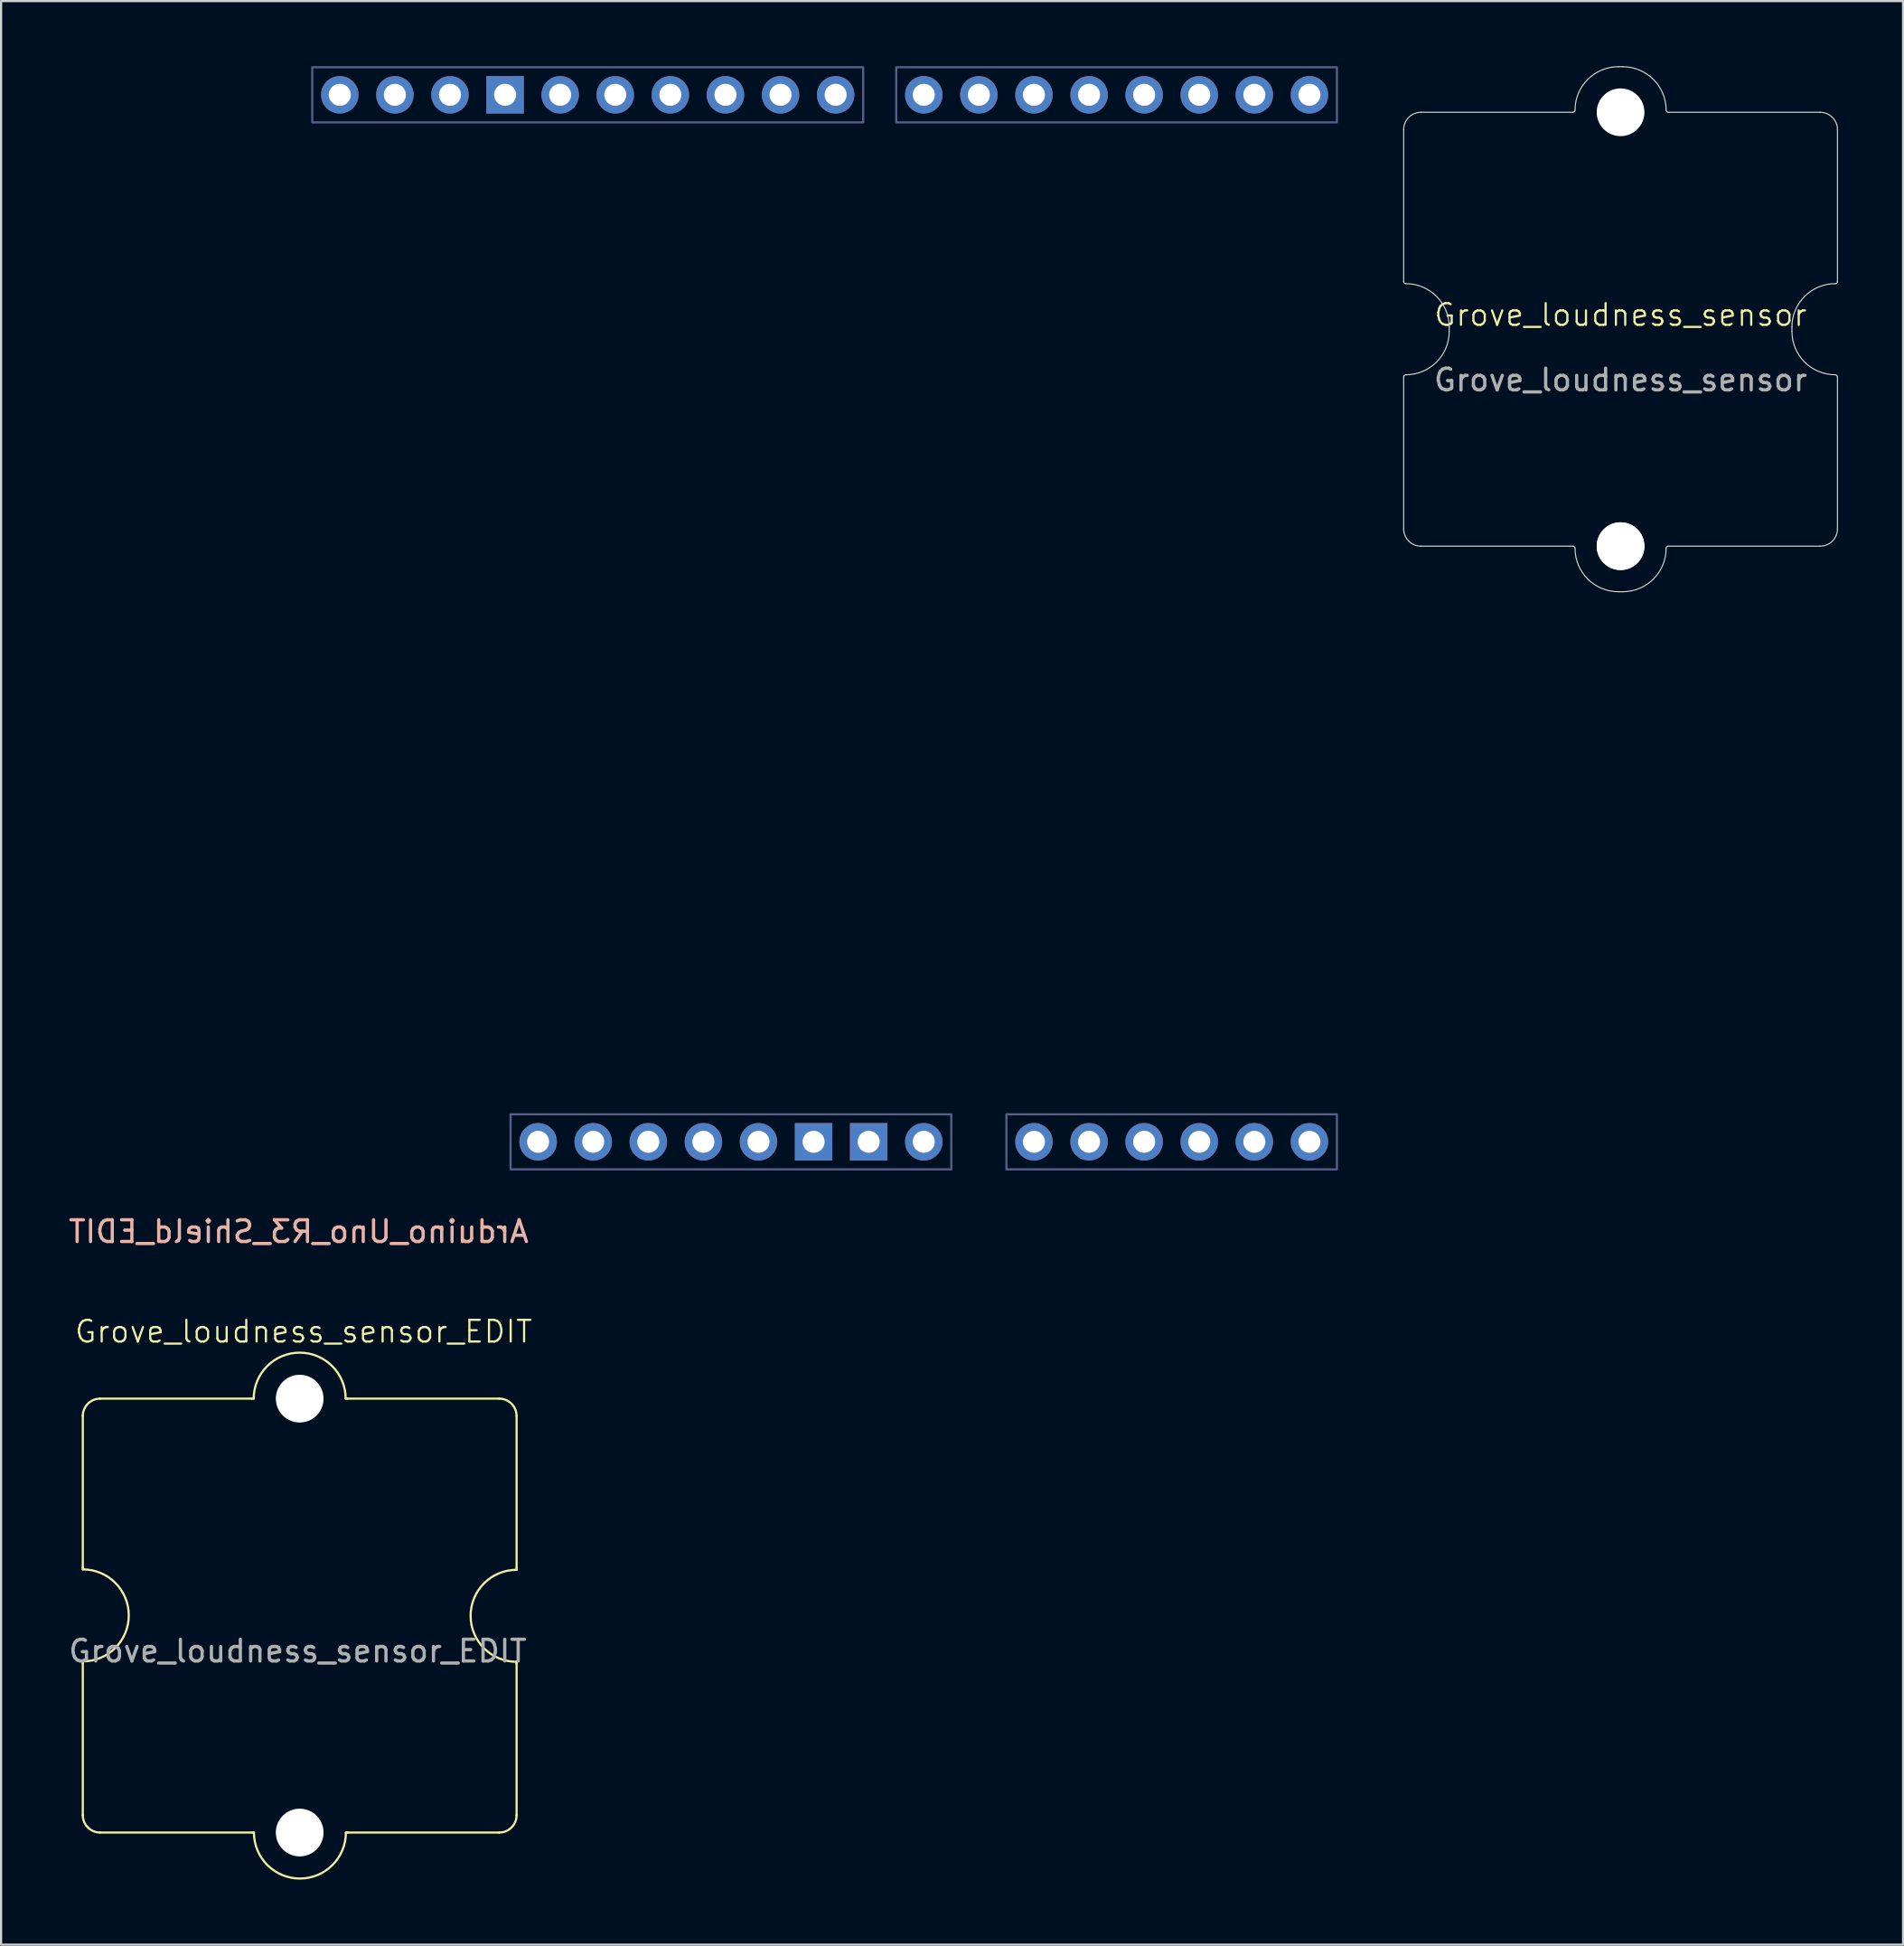
<source format=kicad_pcb>
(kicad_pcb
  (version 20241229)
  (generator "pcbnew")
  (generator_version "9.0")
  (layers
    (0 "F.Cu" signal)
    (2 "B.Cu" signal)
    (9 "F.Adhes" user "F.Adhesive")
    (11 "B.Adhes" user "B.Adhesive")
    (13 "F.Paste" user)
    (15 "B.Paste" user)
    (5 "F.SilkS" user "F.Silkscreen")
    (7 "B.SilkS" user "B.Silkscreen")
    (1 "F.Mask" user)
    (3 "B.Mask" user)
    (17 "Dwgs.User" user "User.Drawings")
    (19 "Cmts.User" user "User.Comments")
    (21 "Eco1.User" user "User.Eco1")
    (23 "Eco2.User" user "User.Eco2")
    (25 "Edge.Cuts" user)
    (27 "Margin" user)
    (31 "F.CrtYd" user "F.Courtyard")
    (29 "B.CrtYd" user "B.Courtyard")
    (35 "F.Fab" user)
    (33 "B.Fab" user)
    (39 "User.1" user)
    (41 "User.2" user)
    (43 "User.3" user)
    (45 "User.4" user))
  (footprint "Grove_loudness_sensor"
    (layer "F.Cu")
    (at 71.665 11.965)
    (property "Reference" "Grove_loudness_sensor" (at 0 -0.5 0) (unlocked yes) (layer "F.SilkS") (effects (font (size 1 1) (thickness 0.1))))
    (attr smd)
    (fp_line (start -10 -9.04) (end -10 -2.04) (stroke (width 0.05) (type solid)) (layer "Edge.Cuts"))
    (fp_line (start -10 9.36) (end -10 2.36) (stroke (width 0.05) (type solid)) (layer "Edge.Cuts"))
    (fp_line (start -7.9 0.06) (end -7.9 0.26) (stroke (width 0.05) (type solid)) (layer "Edge.Cuts"))
    (fp_line (start -2.2 -9.84) (end -9.2 -9.84) (stroke (width 0.05) (type solid)) (layer "Edge.Cuts"))
    (fp_line (start -2.2 10.16) (end -9.2 10.16) (stroke (width 0.05) (type solid)) (layer "Edge.Cuts"))
    (fp_line (start -0.1 12.26) (end 0.1 12.26) (stroke (width 0.05) (type solid)) (layer "Edge.Cuts"))
    (fp_line (start 0.1 -11.94) (end -0.1 -11.94) (stroke (width 0.05) (type solid)) (layer "Edge.Cuts"))
    (fp_line (start 2.2 10.16) (end 9.2 10.16) (stroke (width 0.05) (type solid)) (layer "Edge.Cuts"))
    (fp_line (start 7.9 0.26) (end 7.9 0.06) (stroke (width 0.05) (type solid)) (layer "Edge.Cuts"))
    (fp_line (start 9.2 -9.84) (end 2.2 -9.84) (stroke (width 0.05) (type solid)) (layer "Edge.Cuts"))
    (fp_line (start 10 -2.04) (end 10 -9.04) (stroke (width 0.05) (type solid)) (layer "Edge.Cuts"))
    (fp_line (start 10 9.36) (end 10 2.36) (stroke (width 0.05) (type solid)) (layer "Edge.Cuts"))
    (fp_arc (start -10 -9.04) (mid -9.765685 -9.605685) (end -9.2 -9.84) (stroke (width 0.05) (type solid)) (layer "Edge.Cuts"))
    (fp_arc (start -10 2.36) (mid -9.970711 2.289289) (end -9.9 2.26) (stroke (width 0.05) (type solid)) (layer "Edge.Cuts"))
    (fp_arc (start -9.9 -1.94) (mid -9.970711 -1.969289) (end -10 -2.04) (stroke (width 0.05) (type solid)) (layer "Edge.Cuts"))
    (fp_arc (start -9.9 -1.94) (mid -8.485786 -1.354213) (end -7.899999 0.060001) (stroke (width 0.05) (type solid)) (layer "Edge.Cuts"))
    (fp_arc (start -9.2 10.16) (mid -9.765685 9.925685) (end -10 9.36) (stroke (width 0.05) (type solid)) (layer "Edge.Cuts"))
    (fp_arc (start -7.9 0.26) (mid -8.485787 1.674214) (end -9.900001 2.259999) (stroke (width 0.05) (type solid)) (layer "Edge.Cuts"))
    (fp_arc (start -2.2 10.16) (mid -2.129289 10.189289) (end -2.1 10.26) (stroke (width 0.05) (type solid)) (layer "Edge.Cuts"))
    (fp_arc (start -2.1 -9.94) (mid -2.129289 -9.869289) (end -2.2 -9.84) (stroke (width 0.05) (type solid)) (layer "Edge.Cuts"))
    (fp_arc (start -2.099999 -9.939999) (mid -1.514213 -11.354213) (end -0.1 -11.94) (stroke (width 0.05) (type solid)) (layer "Edge.Cuts"))
    (fp_arc (start -0.099999 12.260001) (mid -1.514213 11.674214) (end -2.1 10.26) (stroke (width 0.05) (type solid)) (layer "Edge.Cuts"))
    (fp_arc (start 0.099999 -11.940001) (mid 1.514213 -11.354214) (end 2.1 -9.94) (stroke (width 0.05) (type solid)) (layer "Edge.Cuts"))
    (fp_arc (start 2.099999 10.259999) (mid 1.514213 11.674213) (end 0.1 12.26) (stroke (width 0.05) (type solid)) (layer "Edge.Cuts"))
    (fp_arc (start 2.1 10.26) (mid 2.129289 10.189289) (end 2.2 10.16) (stroke (width 0.05) (type solid)) (layer "Edge.Cuts"))
    (fp_arc (start 2.2 -9.84) (mid 2.129289 -9.869289) (end 2.1 -9.94) (stroke (width 0.05) (type solid)) (layer "Edge.Cuts"))
    (fp_arc (start 7.9 0.06) (mid 8.485787 -1.354213) (end 9.900001 -1.939999) (stroke (width 0.05) (type solid)) (layer "Edge.Cuts"))
    (fp_arc (start 9.2 -9.84) (mid 9.765685 -9.605685) (end 10 -9.04) (stroke (width 0.05) (type solid)) (layer "Edge.Cuts"))
    (fp_arc (start 9.9 2.26) (mid 8.485786 1.674213) (end 7.899999 0.259999) (stroke (width 0.05) (type solid)) (layer "Edge.Cuts"))
    (fp_arc (start 9.9 2.26) (mid 9.970711 2.289289) (end 10 2.36) (stroke (width 0.05) (type solid)) (layer "Edge.Cuts"))
    (fp_arc (start 10 -2.04) (mid 9.970711 -1.969289) (end 9.9 -1.94) (stroke (width 0.05) (type solid)) (layer "Edge.Cuts"))
    (fp_arc (start 10 9.36) (mid 9.765685 9.925685) (end 9.2 10.16) (stroke (width 0.05) (type solid)) (layer "Edge.Cuts"))
    (fp_text user "${REFERENCE}" (at 0 2.5 0) (unlocked yes) (layer "F.Fab") (effects (font (size 1 1) (thickness 0.15))))
    (pad "" np_thru_hole circle (at 0 -9.84 180) (size 2.2 2.2) (drill 2.2) (layers "*.Cu" "*.Mask"))
    (pad "" np_thru_hole circle (at 0 10.16 180) (size 2.2 2.2) (drill 2.2) (layers "*.Cu" "*.Mask"))
    (pad "" np_thru_hole circle (at 0 10.16 180) (size 2.2 2.2) (drill 2.2) (layers "*.Cu" "*.Mask")))
  (footprint "Arduino_Uno_R3_Shield_EDIT"
    (layer "F.Cu")
    (at 9.62 52.12)
    (property "Reference" "Arduino_Uno_R3_Shield_EDIT" (at 1.1 1.6 0) (layer "B.SilkS") (effects (font (size 1 1) (thickness 0.15)) (justify mirror)))
    (attr through_hole)
    (fp_rect (start 1.726 -52.07) (end 27.126 -49.53) (stroke (width 0.1) (type solid)) (fill no) (layer "B.Fab"))
    (fp_rect (start 10.87 -3.81) (end 31.19 -1.27) (stroke (width 0.1) (type solid)) (fill no) (layer "B.Fab"))
    (fp_rect (start 28.65 -52.07) (end 48.97 -49.53) (stroke (width 0.1) (type solid)) (fill no) (layer "B.Fab"))
    (fp_rect (start 33.73 -3.81) (end 48.97 -1.27) (stroke (width 0.1) (type solid)) (fill no) (layer "B.Fab"))
    (pad "" thru_hole oval (at 12.14 -2.54) (size 1.727 1.727) (drill 1.016) (layers "*.Cu" "*.Mask"))
    (pad "3V3" thru_hole oval (at 19.76 -2.54) (size 1.727 1.727) (drill 1.016) (layers "*.Cu" "*.Mask"))
    (pad "5V1" thru_hole oval (at 22.3 -2.54) (size 1.727 1.727) (drill 1.016) (layers "*.Cu" "*.Mask"))
    (pad "A0" thru_hole oval (at 35 -2.54) (size 1.727 1.727) (drill 1.016) (layers "*.Cu" "*.Mask"))
    (pad "A1" thru_hole oval (at 37.54 -2.54) (size 1.727 1.727) (drill 1.016) (layers "*.Cu" "*.Mask"))
    (pad "A2" thru_hole oval (at 40.08 -2.54) (size 1.727 1.727) (drill 1.016) (layers "*.Cu" "*.Mask"))
    (pad "A3" thru_hole oval (at 42.62 -2.54) (size 1.727 1.727) (drill 1.016) (layers "*.Cu" "*.Mask"))
    (pad "A4" thru_hole oval (at 45.16 -2.54) (size 1.727 1.727) (drill 1.016) (layers "*.Cu" "*.Mask"))
    (pad "A5" thru_hole oval (at 47.7 -2.54) (size 1.727 1.727) (drill 1.016) (layers "*.Cu" "*.Mask"))
    (pad "AREF" thru_hole oval (at 8.076 -50.8) (size 1.727 1.727) (drill 1.016) (layers "*.Cu" "*.Mask"))
    (pad "D0" thru_hole oval (at 47.7 -50.8) (size 1.727 1.727) (drill 1.016) (layers "*.Cu" "*.Mask"))
    (pad "D1" thru_hole oval (at 45.16 -50.8) (size 1.727 1.727) (drill 1.016) (layers "*.Cu" "*.Mask"))
    (pad "D2" thru_hole oval (at 42.62 -50.8) (size 1.727 1.727) (drill 1.016) (layers "*.Cu" "*.Mask"))
    (pad "D3" thru_hole oval (at 40.08 -50.8) (size 1.727 1.727) (drill 1.016) (layers "*.Cu" "*.Mask"))
    (pad "D4" thru_hole oval (at 37.54 -50.8) (size 1.727 1.727) (drill 1.016) (layers "*.Cu" "*.Mask"))
    (pad "D5" thru_hole oval (at 35 -50.8) (size 1.727 1.727) (drill 1.016) (layers "*.Cu" "*.Mask"))
    (pad "D6" thru_hole oval (at 32.46 -50.8) (size 1.727 1.727) (drill 1.016) (layers "*.Cu" "*.Mask"))
    (pad "D7" thru_hole oval (at 29.92 -50.8) (size 1.727 1.727) (drill 1.016) (layers "*.Cu" "*.Mask"))
    (pad "D8" thru_hole oval (at 25.856 -50.8) (size 1.727 1.727) (drill 1.016) (layers "*.Cu" "*.Mask"))
    (pad "D9" thru_hole oval (at 23.316 -50.8) (size 1.727 1.727) (drill 1.016) (layers "*.Cu" "*.Mask"))
    (pad "D10" thru_hole oval (at 20.776 -50.8) (size 1.727 1.727) (drill 1.016) (layers "*.Cu" "*.Mask"))
    (pad "D11" thru_hole oval (at 18.236 -50.8) (size 1.727 1.727) (drill 1.016) (layers "*.Cu" "*.Mask"))
    (pad "D12" thru_hole oval (at 15.696 -50.8) (size 1.727 1.727) (drill 1.016) (layers "*.Cu" "*.Mask"))
    (pad "D13" thru_hole oval (at 13.156 -50.8) (size 1.727 1.727) (drill 1.016) (layers "*.Cu" "*.Mask"))
    (pad "GND1" thru_hole rect (at 10.616 -50.8) (size 1.727 1.727) (drill 1.016) (layers "*.Cu" "*.Mask"))
    (pad "GND2" thru_hole rect (at 24.84 -2.54) (size 1.727 1.727) (drill 1.016) (layers "*.Cu" "*.Mask"))
    (pad "GND3" thru_hole rect (at 27.38 -2.54) (size 1.727 1.727) (drill 1.016) (layers "*.Cu" "*.Mask"))
    (pad "IORF" thru_hole oval (at 14.68 -2.54) (size 1.727 1.727) (drill 1.016) (layers "*.Cu" "*.Mask"))
    (pad "RST1" thru_hole oval (at 17.22 -2.54) (size 1.727 1.727) (drill 1.016) (layers "*.Cu" "*.Mask"))
    (pad "SCL" thru_hole oval (at 2.996 -50.8) (size 1.727 1.727) (drill 1.016) (layers "*.Cu" "*.Mask"))
    (pad "SDA" thru_hole oval (at 5.536 -50.8) (size 1.727 1.727) (drill 1.016) (layers "*.Cu" "*.Mask"))
    (pad "VIN" thru_hole oval (at 29.92 -2.54) (size 1.727 1.727) (drill 1.016) (layers "*.Cu" "*.Mask")))
  (footprint "Grove_loudness_sensor_EDIT"
    (layer "F.Cu")
    (at 10.767 71.339)
    (property "Reference" "Grove_loudness_sensor_EDIT" (at 0.18 -13.01 0) (unlocked yes) (layer "F.SilkS") (effects (font (size 1 1) (thickness 0.1))))
    (attr smd)
    (fp_line (start -10 -2.14) (end -10 -9.14) (stroke (width 0.1) (type default)) (layer "F.SilkS"))
    (fp_line (start -10 -2.14) (end -10 -2.05) (stroke (width 0.1) (type default)) (layer "F.SilkS"))
    (fp_line (start -10 2.27) (end -10 2.19) (stroke (width 0.1) (type default)) (layer "F.SilkS"))
    (fp_line (start -10 9.29) (end -10 2.29) (stroke (width 0.1) (type default)) (layer "F.SilkS"))
    (fp_line (start -9.21 -9.92) (end -2.21 -9.92) (stroke (width 0.1) (type default)) (layer "F.SilkS"))
    (fp_line (start -2.21 -9.92) (end -2.12 -9.92) (stroke (width 0.1) (type default)) (layer "F.SilkS"))
    (fp_line (start -2.2 10.08) (end -9.2 10.08) (stroke (width 0.1) (type default)) (layer "F.SilkS"))
    (fp_line (start -2.19 10.08) (end -2.11 10.08) (stroke (width 0.1) (type default)) (layer "F.SilkS"))
    (fp_line (start 2.2 -9.92) (end 2.12 -9.92) (stroke (width 0.1) (type default)) (layer "F.SilkS"))
    (fp_line (start 2.2 -9.92) (end 9.2 -9.92) (stroke (width 0.1) (type default)) (layer "F.SilkS"))
    (fp_line (start 2.22 10.08) (end 2.13 10.08) (stroke (width 0.1) (type default)) (layer "F.SilkS"))
    (fp_line (start 9.2 10.08) (end 2.2 10.08) (stroke (width 0.1) (type default)) (layer "F.SilkS"))
    (fp_line (start 10 -9.12) (end 10 -2.12) (stroke (width 0.1) (type default)) (layer "F.SilkS"))
    (fp_line (start 10 -2.11) (end 10 -2.03) (stroke (width 0.1) (type default)) (layer "F.SilkS"))
    (fp_line (start 10 2.29) (end 10 9.29) (stroke (width 0.1) (type default)) (layer "F.SilkS"))
    (fp_line (start 10 2.3) (end 10 2.21) (stroke (width 0.1) (type default)) (layer "F.SilkS"))
    (fp_arc (start -10 -9.12) (mid -9.765685 -9.685685) (end -9.2 -9.92) (stroke (width 0.1) (type default)) (layer "F.SilkS"))
    (fp_arc (start -10 -2.05) (mid -7.88 0.07) (end -10 2.19) (stroke (width 0.1) (type default)) (layer "F.SilkS"))
    (fp_arc (start -9.2 10.08) (mid -9.765685 9.845685) (end -10 9.28) (stroke (width 0.1) (type default)) (layer "F.SilkS"))
    (fp_arc (start -2.12 -9.92) (mid 0 -12.04) (end 2.12 -9.92) (stroke (width 0.1) (type default)) (layer "F.SilkS"))
    (fp_arc (start 2.13 10.08) (mid 0.01 12.2) (end -2.11 10.08) (stroke (width 0.1) (type default)) (layer "F.SilkS"))
    (fp_arc (start 9.2 -9.92) (mid 9.765685 -9.685685) (end 10 -9.12) (stroke (width 0.1) (type default)) (layer "F.SilkS"))
    (fp_arc (start 10 2.21) (mid 7.88 0.09) (end 10 -2.03) (stroke (width 0.1) (type default)) (layer "F.SilkS"))
    (fp_arc (start 10 9.28) (mid 9.765685 9.845685) (end 9.2 10.08) (stroke (width 0.1) (type default)) (layer "F.SilkS"))
    (fp_text user "${REFERENCE}" (at -0.094 1.716 0) (unlocked yes) (layer "F.Fab") (effects (font (size 1 1) (thickness 0.15))))
    (pad "" np_thru_hole circle (at 0 -9.92 180) (size 2.2 2.2) (drill 2.2) (layers "*.Cu" "*.Mask"))
    (pad "" np_thru_hole circle (at 0 10.08 180) (size 2.2 2.2) (drill 2.2) (layers "*.Cu" "*.Mask")))
  (gr_rect
    (start -3 -3)
    (end 84.69 86.589)
    (stroke (width 0.1) (type default))
    (fill no)
    (layer "Edge.Cuts")))
</source>
